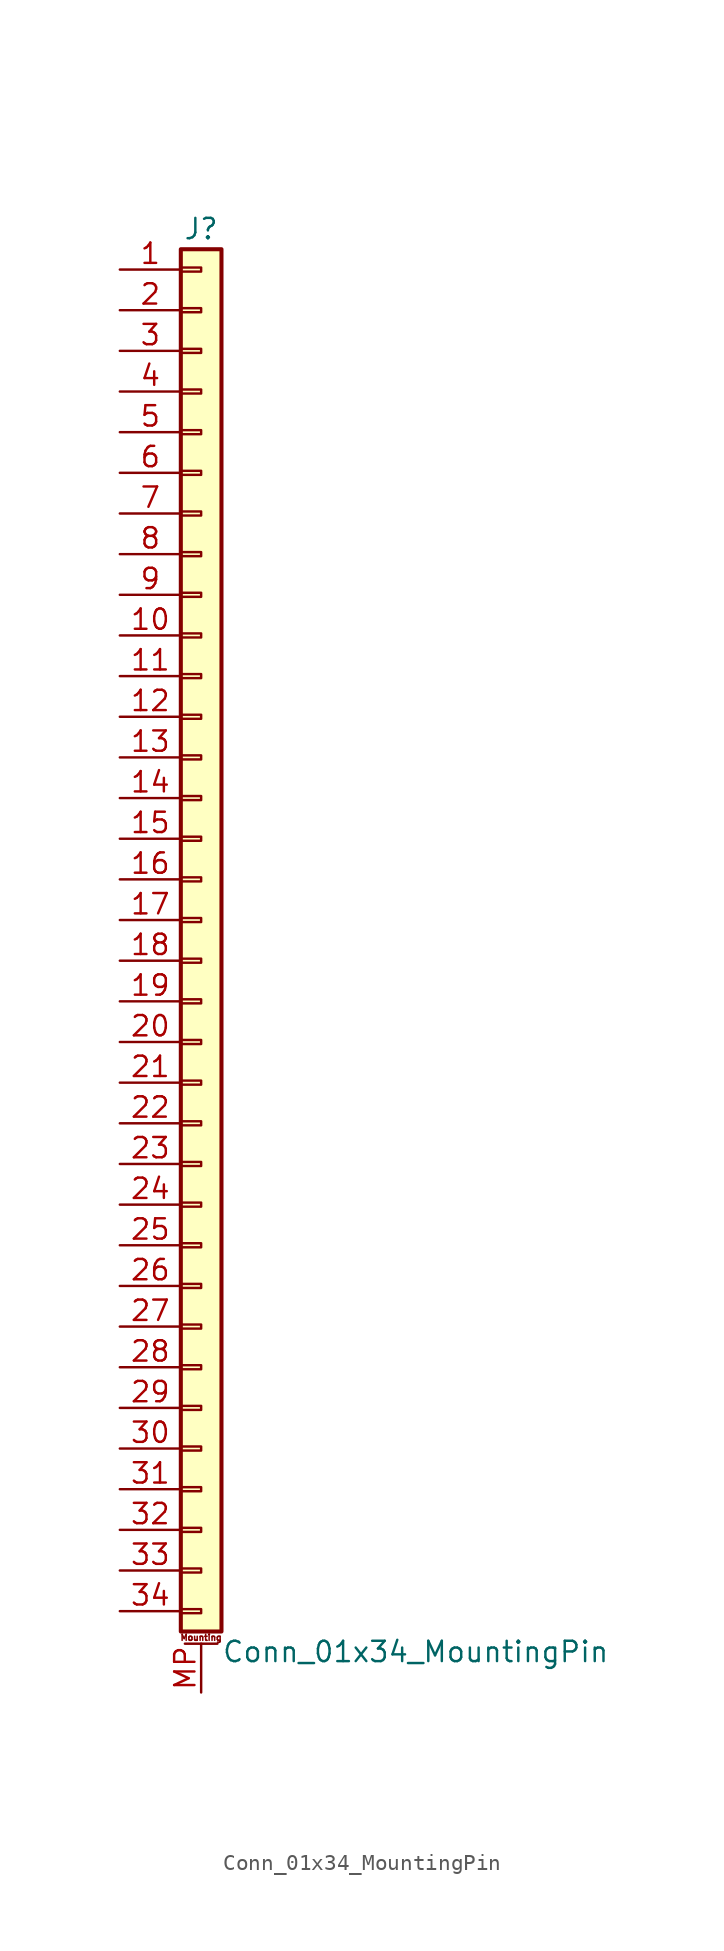
<source format=kicad_sym>
(kicad_symbol_lib
  (version 20220914)
  (generator kicad_symbol_editor)
  (symbol "Conn_01x34_MountingPin"
    (pin_names
      (offset 1.016) hide)
    (property "Reference" "J"
      (at 0 43.18 0)
      (effects (font (size 1.27 1.27))))
    (property "Value" "Conn_01x34_MountingPin"
      (at 1.27 -45.72 0)
      (effects (font (size 1.27 1.27)) (justify left)))
    (symbol "Conn_01x34_MountingPin_1_1"
      (rectangle (start -1.27 -43.053) (end 0 -43.307) (stroke (width 0.152) (type default)) (fill (type none)))
      (rectangle (start -1.27 -40.513) (end 0 -40.767) (stroke (width 0.152) (type default)) (fill (type none)))
      (rectangle (start -1.27 -37.973) (end 0 -38.227) (stroke (width 0.152) (type default)) (fill (type none)))
      (rectangle (start -1.27 -35.433) (end 0 -35.687) (stroke (width 0.152) (type default)) (fill (type none)))
      (rectangle (start -1.27 -32.893) (end 0 -33.147) (stroke (width 0.152) (type default)) (fill (type none)))
      (rectangle (start -1.27 -30.353) (end 0 -30.607) (stroke (width 0.152) (type default)) (fill (type none)))
      (rectangle (start -1.27 -27.813) (end 0 -28.067) (stroke (width 0.152) (type default)) (fill (type none)))
      (rectangle (start -1.27 -25.273) (end 0 -25.527) (stroke (width 0.152) (type default)) (fill (type none)))
      (rectangle (start -1.27 -22.733) (end 0 -22.987) (stroke (width 0.152) (type default)) (fill (type none)))
      (rectangle (start -1.27 -20.193) (end 0 -20.447) (stroke (width 0.152) (type default)) (fill (type none)))
      (rectangle (start -1.27 -17.653) (end 0 -17.907) (stroke (width 0.152) (type default)) (fill (type none)))
      (rectangle (start -1.27 -15.113) (end 0 -15.367) (stroke (width 0.152) (type default)) (fill (type none)))
      (rectangle (start -1.27 -12.573) (end 0 -12.827) (stroke (width 0.152) (type default)) (fill (type none)))
      (rectangle (start -1.27 -10.033) (end 0 -10.287) (stroke (width 0.152) (type default)) (fill (type none)))
      (rectangle (start -1.27 -7.493) (end 0 -7.747) (stroke (width 0.152) (type default)) (fill (type none)))
      (rectangle (start -1.27 -4.953) (end 0 -5.207) (stroke (width 0.152) (type default)) (fill (type none)))
      (rectangle (start -1.27 -2.413) (end 0 -2.667) (stroke (width 0.152) (type default)) (fill (type none)))
      (rectangle (start -1.27 0.127) (end 0 -0.127) (stroke (width 0.152) (type default)) (fill (type none)))
      (rectangle (start -1.27 2.667) (end 0 2.413) (stroke (width 0.152) (type default)) (fill (type none)))
      (rectangle (start -1.27 5.207) (end 0 4.953) (stroke (width 0.152) (type default)) (fill (type none)))
      (rectangle (start -1.27 7.747) (end 0 7.493) (stroke (width 0.152) (type default)) (fill (type none)))
      (rectangle (start -1.27 10.287) (end 0 10.033) (stroke (width 0.152) (type default)) (fill (type none)))
      (rectangle (start -1.27 12.827) (end 0 12.573) (stroke (width 0.152) (type default)) (fill (type none)))
      (rectangle (start -1.27 15.367) (end 0 15.113) (stroke (width 0.152) (type default)) (fill (type none)))
      (rectangle (start -1.27 17.907) (end 0 17.653) (stroke (width 0.152) (type default)) (fill (type none)))
      (rectangle (start -1.27 20.447) (end 0 20.193) (stroke (width 0.152) (type default)) (fill (type none)))
      (rectangle (start -1.27 22.987) (end 0 22.733) (stroke (width 0.152) (type default)) (fill (type none)))
      (rectangle (start -1.27 25.527) (end 0 25.273) (stroke (width 0.152) (type default)) (fill (type none)))
      (rectangle (start -1.27 28.067) (end 0 27.813) (stroke (width 0.152) (type default)) (fill (type none)))
      (rectangle (start -1.27 30.607) (end 0 30.353) (stroke (width 0.152) (type default)) (fill (type none)))
      (rectangle (start -1.27 33.147) (end 0 32.893) (stroke (width 0.152) (type default)) (fill (type none)))
      (rectangle (start -1.27 35.687) (end 0 35.433) (stroke (width 0.152) (type default)) (fill (type none)))
      (rectangle (start -1.27 38.227) (end 0 37.973) (stroke (width 0.152) (type default)) (fill (type none)))
      (rectangle (start -1.27 40.767) (end 0 40.513) (stroke (width 0.152) (type default)) (fill (type none)))
      (rectangle (start -1.27 41.91) (end 1.27 -44.45) (stroke (width 0.254) (type default)) (fill (type background)))
      (polyline (pts (xy -1.016 -45.212) (xy 1.016 -45.212)) (stroke (width 0.152) (type default)) (fill (type none)))
      (text "Mounting" (at 0 -44.831 0) (effects (font (size 0.381 0.381))))
      (pin passive line (at -5.08 40.64 0) (length 3.81) (name "Pin_1" (effects (font (size 1.27 1.27)))) (number "1" (effects (font (size 1.27 1.27)))))
      (pin passive line (at -5.08 17.78 0) (length 3.81) (name "Pin_10" (effects (font (size 1.27 1.27)))) (number "10" (effects (font (size 1.27 1.27)))))
      (pin passive line (at -5.08 15.24 0) (length 3.81) (name "Pin_11" (effects (font (size 1.27 1.27)))) (number "11" (effects (font (size 1.27 1.27)))))
      (pin passive line (at -5.08 12.7 0) (length 3.81) (name "Pin_12" (effects (font (size 1.27 1.27)))) (number "12" (effects (font (size 1.27 1.27)))))
      (pin passive line (at -5.08 10.16 0) (length 3.81) (name "Pin_13" (effects (font (size 1.27 1.27)))) (number "13" (effects (font (size 1.27 1.27)))))
      (pin passive line (at -5.08 7.62 0) (length 3.81) (name "Pin_14" (effects (font (size 1.27 1.27)))) (number "14" (effects (font (size 1.27 1.27)))))
      (pin passive line (at -5.08 5.08 0) (length 3.81) (name "Pin_15" (effects (font (size 1.27 1.27)))) (number "15" (effects (font (size 1.27 1.27)))))
      (pin passive line (at -5.08 2.54 0) (length 3.81) (name "Pin_16" (effects (font (size 1.27 1.27)))) (number "16" (effects (font (size 1.27 1.27)))))
      (pin passive line (at -5.08 0 0) (length 3.81) (name "Pin_17" (effects (font (size 1.27 1.27)))) (number "17" (effects (font (size 1.27 1.27)))))
      (pin passive line (at -5.08 -2.54 0) (length 3.81) (name "Pin_18" (effects (font (size 1.27 1.27)))) (number "18" (effects (font (size 1.27 1.27)))))
      (pin passive line (at -5.08 -5.08 0) (length 3.81) (name "Pin_19" (effects (font (size 1.27 1.27)))) (number "19" (effects (font (size 1.27 1.27)))))
      (pin passive line (at -5.08 38.1 0) (length 3.81) (name "Pin_2" (effects (font (size 1.27 1.27)))) (number "2" (effects (font (size 1.27 1.27)))))
      (pin passive line (at -5.08 -7.62 0) (length 3.81) (name "Pin_20" (effects (font (size 1.27 1.27)))) (number "20" (effects (font (size 1.27 1.27)))))
      (pin passive line (at -5.08 -10.16 0) (length 3.81) (name "Pin_21" (effects (font (size 1.27 1.27)))) (number "21" (effects (font (size 1.27 1.27)))))
      (pin passive line (at -5.08 -12.7 0) (length 3.81) (name "Pin_22" (effects (font (size 1.27 1.27)))) (number "22" (effects (font (size 1.27 1.27)))))
      (pin passive line (at -5.08 -15.24 0) (length 3.81) (name "Pin_23" (effects (font (size 1.27 1.27)))) (number "23" (effects (font (size 1.27 1.27)))))
      (pin passive line (at -5.08 -17.78 0) (length 3.81) (name "Pin_24" (effects (font (size 1.27 1.27)))) (number "24" (effects (font (size 1.27 1.27)))))
      (pin passive line (at -5.08 -20.32 0) (length 3.81) (name "Pin_25" (effects (font (size 1.27 1.27)))) (number "25" (effects (font (size 1.27 1.27)))))
      (pin passive line (at -5.08 -22.86 0) (length 3.81) (name "Pin_26" (effects (font (size 1.27 1.27)))) (number "26" (effects (font (size 1.27 1.27)))))
      (pin passive line (at -5.08 -25.4 0) (length 3.81) (name "Pin_27" (effects (font (size 1.27 1.27)))) (number "27" (effects (font (size 1.27 1.27)))))
      (pin passive line (at -5.08 -27.94 0) (length 3.81) (name "Pin_28" (effects (font (size 1.27 1.27)))) (number "28" (effects (font (size 1.27 1.27)))))
      (pin passive line (at -5.08 -30.48 0) (length 3.81) (name "Pin_29" (effects (font (size 1.27 1.27)))) (number "29" (effects (font (size 1.27 1.27)))))
      (pin passive line (at -5.08 35.56 0) (length 3.81) (name "Pin_3" (effects (font (size 1.27 1.27)))) (number "3" (effects (font (size 1.27 1.27)))))
      (pin passive line (at -5.08 -33.02 0) (length 3.81) (name "Pin_30" (effects (font (size 1.27 1.27)))) (number "30" (effects (font (size 1.27 1.27)))))
      (pin passive line (at -5.08 -35.56 0) (length 3.81) (name "Pin_31" (effects (font (size 1.27 1.27)))) (number "31" (effects (font (size 1.27 1.27)))))
      (pin passive line (at -5.08 -38.1 0) (length 3.81) (name "Pin_32" (effects (font (size 1.27 1.27)))) (number "32" (effects (font (size 1.27 1.27)))))
      (pin passive line (at -5.08 -40.64 0) (length 3.81) (name "Pin_33" (effects (font (size 1.27 1.27)))) (number "33" (effects (font (size 1.27 1.27)))))
      (pin passive line (at -5.08 -43.18 0) (length 3.81) (name "Pin_34" (effects (font (size 1.27 1.27)))) (number "34" (effects (font (size 1.27 1.27)))))
      (pin passive line (at -5.08 33.02 0) (length 3.81) (name "Pin_4" (effects (font (size 1.27 1.27)))) (number "4" (effects (font (size 1.27 1.27)))))
      (pin passive line (at -5.08 30.48 0) (length 3.81) (name "Pin_5" (effects (font (size 1.27 1.27)))) (number "5" (effects (font (size 1.27 1.27)))))
      (pin passive line (at -5.08 27.94 0) (length 3.81) (name "Pin_6" (effects (font (size 1.27 1.27)))) (number "6" (effects (font (size 1.27 1.27)))))
      (pin passive line (at -5.08 25.4 0) (length 3.81) (name "Pin_7" (effects (font (size 1.27 1.27)))) (number "7" (effects (font (size 1.27 1.27)))))
      (pin passive line (at -5.08 22.86 0) (length 3.81) (name "Pin_8" (effects (font (size 1.27 1.27)))) (number "8" (effects (font (size 1.27 1.27)))))
      (pin passive line (at -5.08 20.32 0) (length 3.81) (name "Pin_9" (effects (font (size 1.27 1.27)))) (number "9" (effects (font (size 1.27 1.27)))))
      (pin passive line (at 0 -48.26 90) (length 3.048) (name "MountPin" (effects (font (size 1.27 1.27)))) (number "MP" (effects (font (size 1.27 1.27))))))))
</source>
